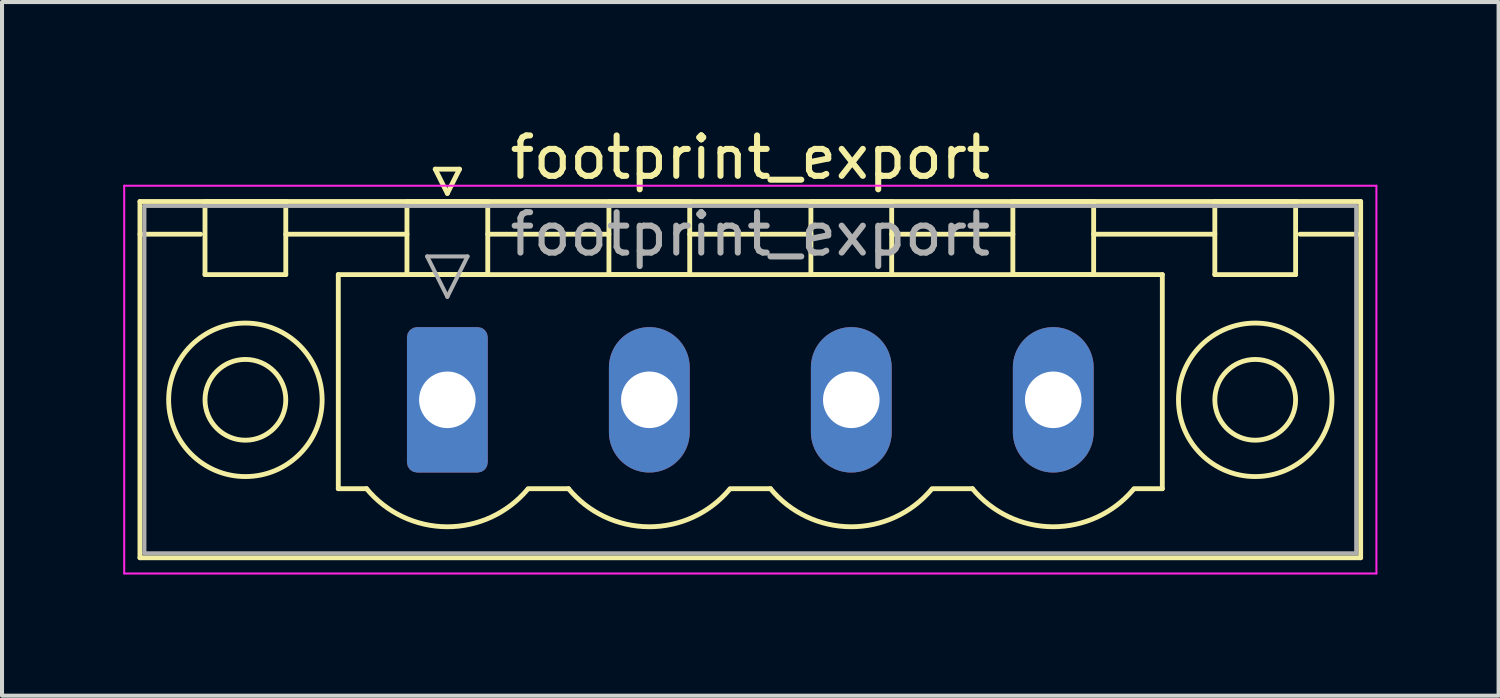
<source format=kicad_pcb>
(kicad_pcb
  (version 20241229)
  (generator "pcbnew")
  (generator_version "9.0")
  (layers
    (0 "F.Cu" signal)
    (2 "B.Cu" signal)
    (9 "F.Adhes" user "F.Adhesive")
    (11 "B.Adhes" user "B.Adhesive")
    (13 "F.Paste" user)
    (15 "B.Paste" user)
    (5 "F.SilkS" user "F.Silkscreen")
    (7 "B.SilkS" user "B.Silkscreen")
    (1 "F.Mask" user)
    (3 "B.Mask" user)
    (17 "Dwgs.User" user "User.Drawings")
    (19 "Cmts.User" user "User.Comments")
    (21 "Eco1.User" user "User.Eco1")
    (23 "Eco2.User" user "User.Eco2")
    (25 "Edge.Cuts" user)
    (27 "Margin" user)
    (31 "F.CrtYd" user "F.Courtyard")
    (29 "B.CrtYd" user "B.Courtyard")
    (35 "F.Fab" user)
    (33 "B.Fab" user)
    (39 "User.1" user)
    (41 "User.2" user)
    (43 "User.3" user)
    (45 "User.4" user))
  (footprint "footprint_export"
    (layer "F.Cu")
    (at 8.025 6.848)
    (property "Reference" "footprint_export" (at 7.5 -6 0) (layer "F.SilkS") (effects (font (size 1 1) (thickness 0.15))))
    (attr through_hole)
    (fp_line (start -7.61 -4.91) (end -7.61 3.91) (stroke (width 0.12) (type solid)) (layer "F.SilkS"))
    (fp_line (start -7.61 -4.1) (end -6.11 -4.1) (stroke (width 0.12) (type solid)) (layer "F.SilkS"))
    (fp_line (start -7.61 3.91) (end 22.61 3.91) (stroke (width 0.12) (type solid)) (layer "F.SilkS"))
    (fp_line (start -6 -4.91) (end -4 -4.91) (stroke (width 0.12) (type solid)) (layer "F.SilkS"))
    (fp_line (start -6 -3.1) (end -6 -4.91) (stroke (width 0.12) (type solid)) (layer "F.SilkS"))
    (fp_line (start -4 -4.91) (end -4 -3.1) (stroke (width 0.12) (type solid)) (layer "F.SilkS"))
    (fp_line (start -4 -4.1) (end -1 -4.1) (stroke (width 0.12) (type solid)) (layer "F.SilkS"))
    (fp_line (start -4 -3.1) (end -6 -3.1) (stroke (width 0.12) (type solid)) (layer "F.SilkS"))
    (fp_line (start -2.7 -3.1) (end 17.7 -3.1) (stroke (width 0.12) (type solid)) (layer "F.SilkS"))
    (fp_line (start -2.7 2.2) (end -2.7 -3.1) (stroke (width 0.12) (type solid)) (layer "F.SilkS"))
    (fp_line (start -2 2.2) (end -2.7 2.2) (stroke (width 0.12) (type solid)) (layer "F.SilkS"))
    (fp_line (start -1 -4.91) (end 1 -4.91) (stroke (width 0.12) (type solid)) (layer "F.SilkS"))
    (fp_line (start -1 -3.1) (end -1 -4.91) (stroke (width 0.12) (type solid)) (layer "F.SilkS"))
    (fp_line (start -0.3 -5.71) (end 0.3 -5.71) (stroke (width 0.12) (type solid)) (layer "F.SilkS"))
    (fp_line (start 0 -5.11) (end -0.3 -5.71) (stroke (width 0.12) (type solid)) (layer "F.SilkS"))
    (fp_line (start 0.3 -5.71) (end 0 -5.11) (stroke (width 0.12) (type solid)) (layer "F.SilkS"))
    (fp_line (start 1 -4.91) (end 1 -3.1) (stroke (width 0.12) (type solid)) (layer "F.SilkS"))
    (fp_line (start 1 -4.1) (end 4 -4.1) (stroke (width 0.12) (type solid)) (layer "F.SilkS"))
    (fp_line (start 1 -3.1) (end -1 -3.1) (stroke (width 0.12) (type solid)) (layer "F.SilkS"))
    (fp_line (start 2 2.2) (end 3 2.2) (stroke (width 0.12) (type solid)) (layer "F.SilkS"))
    (fp_line (start 4 -4.91) (end 6 -4.91) (stroke (width 0.12) (type solid)) (layer "F.SilkS"))
    (fp_line (start 4 -3.1) (end 4 -4.91) (stroke (width 0.12) (type solid)) (layer "F.SilkS"))
    (fp_line (start 6 -4.91) (end 6 -3.1) (stroke (width 0.12) (type solid)) (layer "F.SilkS"))
    (fp_line (start 6 -4.1) (end 9 -4.1) (stroke (width 0.12) (type solid)) (layer "F.SilkS"))
    (fp_line (start 6 -3.1) (end 4 -3.1) (stroke (width 0.12) (type solid)) (layer "F.SilkS"))
    (fp_line (start 7 2.2) (end 8 2.2) (stroke (width 0.12) (type solid)) (layer "F.SilkS"))
    (fp_line (start 9 -4.91) (end 11 -4.91) (stroke (width 0.12) (type solid)) (layer "F.SilkS"))
    (fp_line (start 9 -3.1) (end 9 -4.91) (stroke (width 0.12) (type solid)) (layer "F.SilkS"))
    (fp_line (start 11 -4.91) (end 11 -3.1) (stroke (width 0.12) (type solid)) (layer "F.SilkS"))
    (fp_line (start 11 -4.1) (end 14 -4.1) (stroke (width 0.12) (type solid)) (layer "F.SilkS"))
    (fp_line (start 11 -3.1) (end 9 -3.1) (stroke (width 0.12) (type solid)) (layer "F.SilkS"))
    (fp_line (start 12 2.2) (end 13 2.2) (stroke (width 0.12) (type solid)) (layer "F.SilkS"))
    (fp_line (start 14 -4.91) (end 16 -4.91) (stroke (width 0.12) (type solid)) (layer "F.SilkS"))
    (fp_line (start 14 -3.1) (end 14 -4.91) (stroke (width 0.12) (type solid)) (layer "F.SilkS"))
    (fp_line (start 16 -4.91) (end 16 -3.1) (stroke (width 0.12) (type solid)) (layer "F.SilkS"))
    (fp_line (start 16 -4.1) (end 19 -4.1) (stroke (width 0.12) (type solid)) (layer "F.SilkS"))
    (fp_line (start 16 -3.1) (end 14 -3.1) (stroke (width 0.12) (type solid)) (layer "F.SilkS"))
    (fp_line (start 17.7 -3.1) (end 17.7 2.2) (stroke (width 0.12) (type solid)) (layer "F.SilkS"))
    (fp_line (start 17.7 2.2) (end 17 2.2) (stroke (width 0.12) (type solid)) (layer "F.SilkS"))
    (fp_line (start 19 -4.91) (end 21 -4.91) (stroke (width 0.12) (type solid)) (layer "F.SilkS"))
    (fp_line (start 19 -3.1) (end 19 -4.91) (stroke (width 0.12) (type solid)) (layer "F.SilkS"))
    (fp_line (start 21 -4.91) (end 21 -3.1) (stroke (width 0.12) (type solid)) (layer "F.SilkS"))
    (fp_line (start 21 -3.1) (end 19 -3.1) (stroke (width 0.12) (type solid)) (layer "F.SilkS"))
    (fp_line (start 22.61 -4.91) (end -7.61 -4.91) (stroke (width 0.12) (type solid)) (layer "F.SilkS"))
    (fp_line (start 22.61 -4.1) (end 21.11 -4.1) (stroke (width 0.12) (type solid)) (layer "F.SilkS"))
    (fp_line (start 22.61 3.91) (end 22.61 -4.91) (stroke (width 0.12) (type solid)) (layer "F.SilkS"))
    (fp_arc (start 1.986842 2.215821) (mid -0.010289 3.142758) (end -2 2.2) (stroke (width 0.12) (type solid)) (layer "F.SilkS"))
    (fp_arc (start 6.986842 2.215821) (mid 4.989711 3.142758) (end 3 2.2) (stroke (width 0.12) (type solid)) (layer "F.SilkS"))
    (fp_arc (start 11.986842 2.215821) (mid 9.989711 3.142758) (end 8 2.2) (stroke (width 0.12) (type solid)) (layer "F.SilkS"))
    (fp_arc (start 16.986842 2.215821) (mid 14.989711 3.142758) (end 13 2.2) (stroke (width 0.12) (type solid)) (layer "F.SilkS"))
    (fp_circle (center -5 0) (end -4 0) (stroke (width 0.12) (type solid)) (fill no) (layer "F.SilkS"))
    (fp_circle (center -5 0) (end -3.1 0) (stroke (width 0.12) (type solid)) (fill no) (layer "F.SilkS"))
    (fp_circle (center 20 0) (end 21 0) (stroke (width 0.12) (type solid)) (fill no) (layer "F.SilkS"))
    (fp_circle (center 20 0) (end 21.9 0) (stroke (width 0.12) (type solid)) (fill no) (layer "F.SilkS"))
    (fp_line (start -8 -5.3) (end -8 4.3) (stroke (width 0.05) (type solid)) (layer "F.CrtYd"))
    (fp_line (start -8 4.3) (end 23 4.3) (stroke (width 0.05) (type solid)) (layer "F.CrtYd"))
    (fp_line (start 23 -5.3) (end -8 -5.3) (stroke (width 0.05) (type solid)) (layer "F.CrtYd"))
    (fp_line (start 23 4.3) (end 23 -5.3) (stroke (width 0.05) (type solid)) (layer "F.CrtYd"))
    (fp_line (start -7.5 -4.8) (end -7.5 3.8) (stroke (width 0.1) (type solid)) (layer "F.Fab"))
    (fp_line (start -7.5 3.8) (end 22.5 3.8) (stroke (width 0.1) (type solid)) (layer "F.Fab"))
    (fp_line (start -0.5 -3.55) (end 0.5 -3.55) (stroke (width 0.1) (type solid)) (layer "F.Fab"))
    (fp_line (start 0 -2.55) (end -0.5 -3.55) (stroke (width 0.1) (type solid)) (layer "F.Fab"))
    (fp_line (start 0.5 -3.55) (end 0 -2.55) (stroke (width 0.1) (type solid)) (layer "F.Fab"))
    (fp_line (start 22.5 -4.8) (end -7.5 -4.8) (stroke (width 0.1) (type solid)) (layer "F.Fab"))
    (fp_line (start 22.5 3.8) (end 22.5 -4.8) (stroke (width 0.1) (type solid)) (layer "F.Fab"))
    (fp_text user "${REFERENCE}" (at 7.5 -4.1 0) (layer "F.Fab") (effects (font (size 1 1) (thickness 0.15))))
    (pad "1" thru_hole roundrect (at 0 0) (size 2 3.6) (drill 1.4) (layers "*.Cu" "*.Mask") (roundrect_rratio 0.125))
    (pad "2" thru_hole oval (at 5 0) (size 2 3.6) (drill 1.4) (layers "*.Cu" "*.Mask"))
    (pad "3" thru_hole oval (at 10 0) (size 2 3.6) (drill 1.4) (layers "*.Cu" "*.Mask"))
    (pad "4" thru_hole oval (at 15 0) (size 2 3.6) (drill 1.4) (layers "*.Cu" "*.Mask")))
  (gr_rect
    (start -3 -3)
    (end 34.05 14.173)
    (stroke (width 0.1) (type default))
    (fill no)
    (layer "Edge.Cuts")))
</source>
